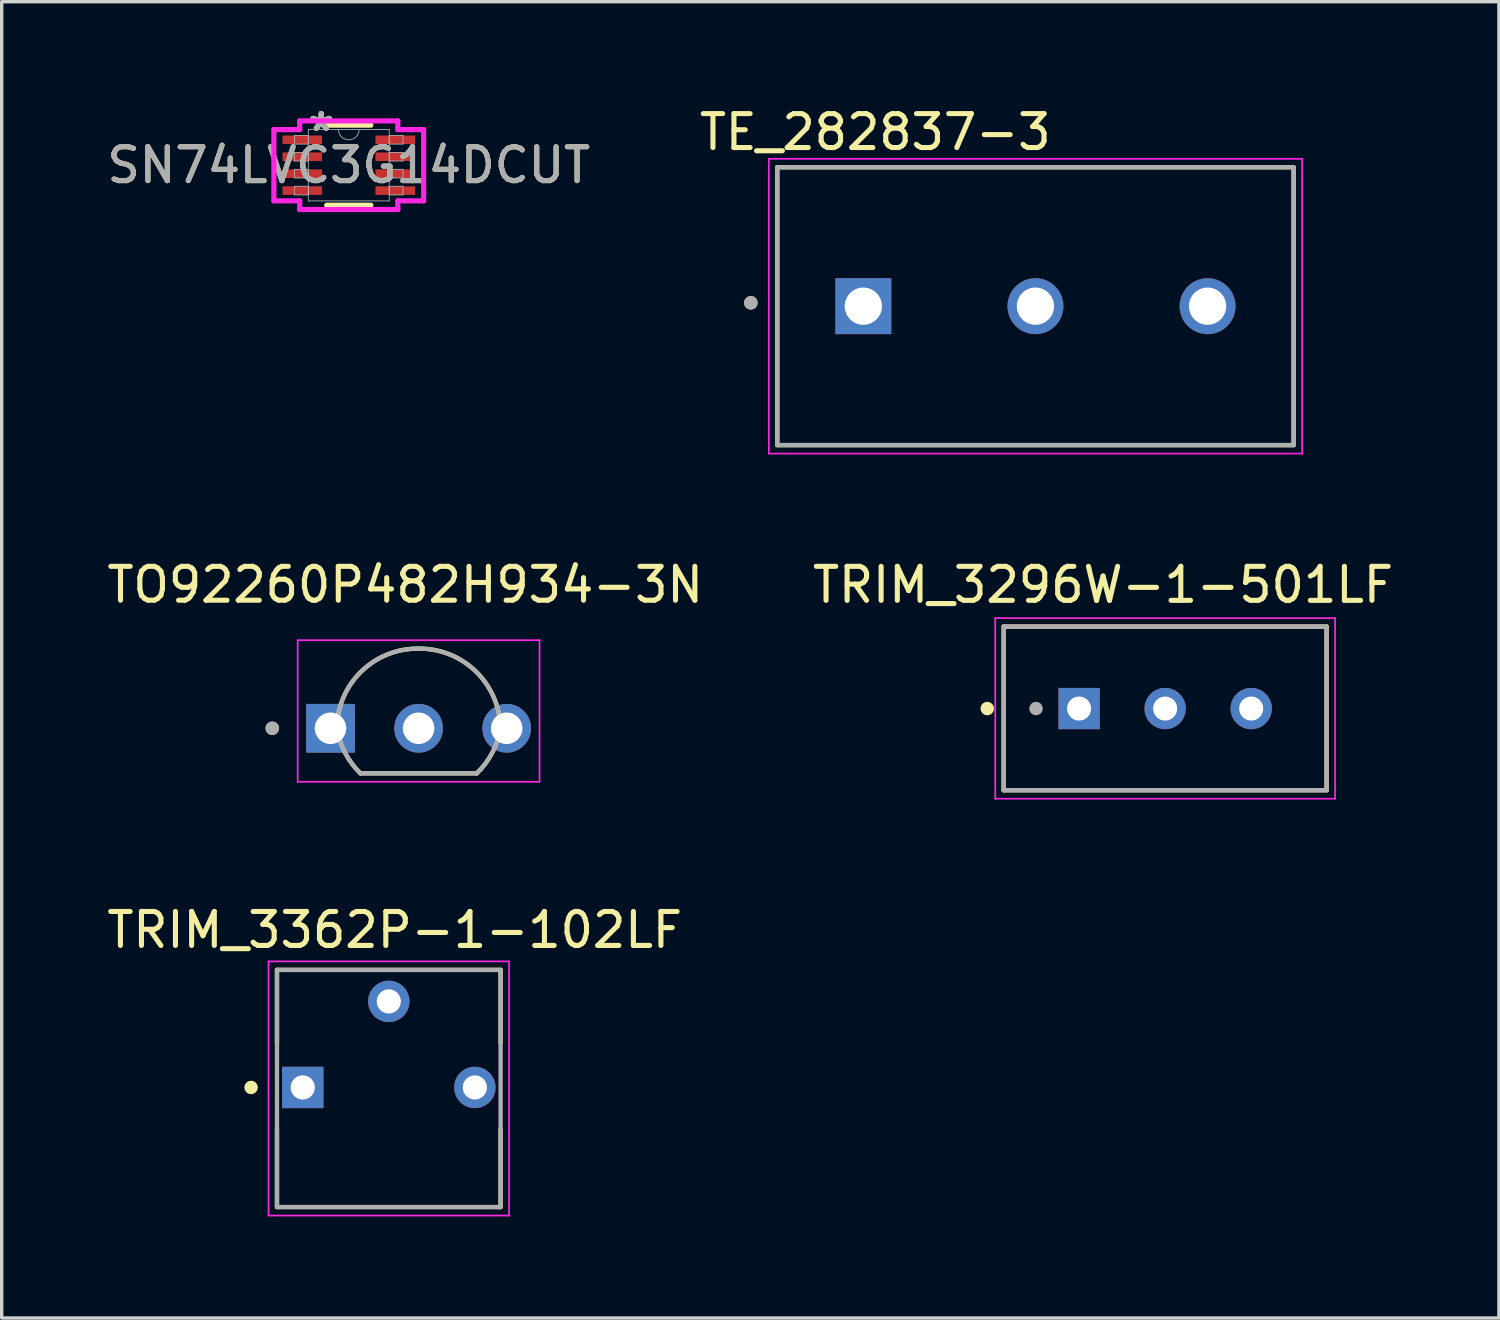
<source format=kicad_pcb>
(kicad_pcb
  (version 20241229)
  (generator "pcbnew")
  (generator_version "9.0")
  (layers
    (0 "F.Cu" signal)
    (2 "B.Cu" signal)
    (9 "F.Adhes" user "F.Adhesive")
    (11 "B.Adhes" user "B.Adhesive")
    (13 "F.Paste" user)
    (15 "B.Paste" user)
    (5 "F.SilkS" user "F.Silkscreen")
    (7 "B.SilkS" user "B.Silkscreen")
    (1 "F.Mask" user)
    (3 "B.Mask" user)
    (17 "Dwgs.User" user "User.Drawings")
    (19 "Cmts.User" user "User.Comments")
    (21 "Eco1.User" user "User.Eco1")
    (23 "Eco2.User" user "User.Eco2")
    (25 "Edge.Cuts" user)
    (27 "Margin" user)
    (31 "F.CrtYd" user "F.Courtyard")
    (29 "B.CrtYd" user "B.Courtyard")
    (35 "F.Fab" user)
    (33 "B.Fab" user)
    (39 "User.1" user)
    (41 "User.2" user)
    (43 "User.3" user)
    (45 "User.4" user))
  (footprint "SN74LVC3G14DCUT"
    (layer "F.Cu")
    (at 7.244 1.826)
    (property "Reference" "SN74LVC3G14DCUT" (at 0 0 0) (unlocked yes) (layer "F.SilkS") (effects (font (size 1 1) (thickness 0.15))))
    (attr smd)
    (fp_line (start -0.652 1.181) (end 0.652 1.181) (stroke (width 0.152) (type solid)) (layer "F.SilkS"))
    (fp_line (start 0.652 -1.181) (end -0.652 -1.181) (stroke (width 0.152) (type solid)) (layer "F.SilkS"))
    (fp_line (start -2.21 -1.051) (end -1.448 -1.051) (stroke (width 0.152) (type solid)) (layer "F.CrtYd"))
    (fp_line (start -2.21 1.051) (end -2.21 -1.051) (stroke (width 0.152) (type solid)) (layer "F.CrtYd"))
    (fp_line (start -2.21 1.051) (end -1.448 1.051) (stroke (width 0.152) (type solid)) (layer "F.CrtYd"))
    (fp_line (start -1.448 -1.308) (end 1.448 -1.308) (stroke (width 0.152) (type solid)) (layer "F.CrtYd"))
    (fp_line (start -1.448 -1.051) (end -1.448 -1.308) (stroke (width 0.152) (type solid)) (layer "F.CrtYd"))
    (fp_line (start -1.448 1.308) (end -1.448 1.051) (stroke (width 0.152) (type solid)) (layer "F.CrtYd"))
    (fp_line (start 1.448 -1.308) (end 1.448 -1.051) (stroke (width 0.152) (type solid)) (layer "F.CrtYd"))
    (fp_line (start 1.448 1.051) (end 1.448 1.308) (stroke (width 0.152) (type solid)) (layer "F.CrtYd"))
    (fp_line (start 1.448 1.308) (end -1.448 1.308) (stroke (width 0.152) (type solid)) (layer "F.CrtYd"))
    (fp_line (start 2.21 -1.051) (end 1.448 -1.051) (stroke (width 0.152) (type solid)) (layer "F.CrtYd"))
    (fp_line (start 2.21 -1.051) (end 2.21 1.051) (stroke (width 0.152) (type solid)) (layer "F.CrtYd"))
    (fp_line (start 2.21 1.051) (end 1.448 1.051) (stroke (width 0.152) (type solid)) (layer "F.CrtYd"))
    (fp_line (start -1.6 -0.877) (end -1.6 -0.623) (stroke (width 0.025) (type solid)) (layer "F.Fab"))
    (fp_line (start -1.6 -0.623) (end -1.194 -0.623) (stroke (width 0.025) (type solid)) (layer "F.Fab"))
    (fp_line (start -1.6 -0.377) (end -1.6 -0.123) (stroke (width 0.025) (type solid)) (layer "F.Fab"))
    (fp_line (start -1.6 -0.123) (end -1.194 -0.123) (stroke (width 0.025) (type solid)) (layer "F.Fab"))
    (fp_line (start -1.6 0.123) (end -1.6 0.377) (stroke (width 0.025) (type solid)) (layer "F.Fab"))
    (fp_line (start -1.6 0.377) (end -1.194 0.377) (stroke (width 0.025) (type solid)) (layer "F.Fab"))
    (fp_line (start -1.6 0.623) (end -1.6 0.877) (stroke (width 0.025) (type solid)) (layer "F.Fab"))
    (fp_line (start -1.6 0.877) (end -1.194 0.877) (stroke (width 0.025) (type solid)) (layer "F.Fab"))
    (fp_line (start -1.194 -1.054) (end -1.194 1.054) (stroke (width 0.025) (type solid)) (layer "F.Fab"))
    (fp_line (start -1.194 -0.877) (end -1.6 -0.877) (stroke (width 0.025) (type solid)) (layer "F.Fab"))
    (fp_line (start -1.194 -0.623) (end -1.194 -0.877) (stroke (width 0.025) (type solid)) (layer "F.Fab"))
    (fp_line (start -1.194 -0.377) (end -1.6 -0.377) (stroke (width 0.025) (type solid)) (layer "F.Fab"))
    (fp_line (start -1.194 -0.123) (end -1.194 -0.377) (stroke (width 0.025) (type solid)) (layer "F.Fab"))
    (fp_line (start -1.194 0.123) (end -1.6 0.123) (stroke (width 0.025) (type solid)) (layer "F.Fab"))
    (fp_line (start -1.194 0.377) (end -1.194 0.123) (stroke (width 0.025) (type solid)) (layer "F.Fab"))
    (fp_line (start -1.194 0.623) (end -1.6 0.623) (stroke (width 0.025) (type solid)) (layer "F.Fab"))
    (fp_line (start -1.194 0.877) (end -1.194 0.623) (stroke (width 0.025) (type solid)) (layer "F.Fab"))
    (fp_line (start -1.194 1.054) (end 1.194 1.054) (stroke (width 0.025) (type solid)) (layer "F.Fab"))
    (fp_line (start 1.194 -1.054) (end -1.194 -1.054) (stroke (width 0.025) (type solid)) (layer "F.Fab"))
    (fp_line (start 1.194 -0.877) (end 1.194 -0.623) (stroke (width 0.025) (type solid)) (layer "F.Fab"))
    (fp_line (start 1.194 -0.623) (end 1.6 -0.623) (stroke (width 0.025) (type solid)) (layer "F.Fab"))
    (fp_line (start 1.194 -0.377) (end 1.194 -0.123) (stroke (width 0.025) (type solid)) (layer "F.Fab"))
    (fp_line (start 1.194 -0.123) (end 1.6 -0.123) (stroke (width 0.025) (type solid)) (layer "F.Fab"))
    (fp_line (start 1.194 0.123) (end 1.194 0.377) (stroke (width 0.025) (type solid)) (layer "F.Fab"))
    (fp_line (start 1.194 0.377) (end 1.6 0.377) (stroke (width 0.025) (type solid)) (layer "F.Fab"))
    (fp_line (start 1.194 0.623) (end 1.194 0.877) (stroke (width 0.025) (type solid)) (layer "F.Fab"))
    (fp_line (start 1.194 0.877) (end 1.6 0.877) (stroke (width 0.025) (type solid)) (layer "F.Fab"))
    (fp_line (start 1.194 1.054) (end 1.194 -1.054) (stroke (width 0.025) (type solid)) (layer "F.Fab"))
    (fp_line (start 1.6 -0.877) (end 1.194 -0.877) (stroke (width 0.025) (type solid)) (layer "F.Fab"))
    (fp_line (start 1.6 -0.623) (end 1.6 -0.877) (stroke (width 0.025) (type solid)) (layer "F.Fab"))
    (fp_line (start 1.6 -0.377) (end 1.194 -0.377) (stroke (width 0.025) (type solid)) (layer "F.Fab"))
    (fp_line (start 1.6 -0.123) (end 1.6 -0.377) (stroke (width 0.025) (type solid)) (layer "F.Fab"))
    (fp_line (start 1.6 0.123) (end 1.194 0.123) (stroke (width 0.025) (type solid)) (layer "F.Fab"))
    (fp_line (start 1.6 0.377) (end 1.6 0.123) (stroke (width 0.025) (type solid)) (layer "F.Fab"))
    (fp_line (start 1.6 0.623) (end 1.194 0.623) (stroke (width 0.025) (type solid)) (layer "F.Fab"))
    (fp_line (start 1.6 0.877) (end 1.6 0.623) (stroke (width 0.025) (type solid)) (layer "F.Fab"))
    (fp_arc (start 0.3048 -1.0541) (mid 0 -0.7493) (end -0.3048 -1.0541) (stroke (width 0.0254) (type solid)) (layer "F.Fab"))
    (fp_text user "*" (at -0.813 -0.978 0) (unlocked yes) (layer "F.SilkS") (effects (font (size 1 1) (thickness 0.15))))
    (fp_text user "*" (at -0.813 -0.978 0) (layer "F.SilkS") (effects (font (size 1 1) (thickness 0.15))))
    (fp_text user "*" (at -0.813 -0.978 0) (unlocked yes) (layer "F.Fab") (effects (font (size 1 1) (thickness 0.15))))
    (fp_text user "*" (at -0.813 -0.978 0) (layer "F.Fab") (effects (font (size 1 1) (thickness 0.15))))
    (fp_text user "${REFERENCE}" (at 0 0 0) (unlocked yes) (layer "F.Fab") (effects (font (size 1 1) (thickness 0.15))))
    (pad "1" smd rect (at -1.372 -0.75) (size 1.168 0.254) (layers "F.Cu" "F.Mask" "F.Paste"))
    (pad "2" smd rect (at -1.372 -0.25) (size 1.168 0.254) (layers "F.Cu" "F.Mask" "F.Paste"))
    (pad "3" smd rect (at -1.372 0.25) (size 1.168 0.254) (layers "F.Cu" "F.Mask" "F.Paste"))
    (pad "4" smd rect (at -1.372 0.75) (size 1.168 0.254) (layers "F.Cu" "F.Mask" "F.Paste"))
    (pad "5" smd rect (at 1.372 0.75) (size 1.168 0.254) (layers "F.Cu" "F.Mask" "F.Paste"))
    (pad "6" smd rect (at 1.372 0.25) (size 1.168 0.254) (layers "F.Cu" "F.Mask" "F.Paste"))
    (pad "7" smd rect (at 1.372 -0.25) (size 1.168 0.254) (layers "F.Cu" "F.Mask" "F.Paste"))
    (pad "8" smd rect (at 1.372 -0.75) (size 1.168 0.254) (layers "F.Cu" "F.Mask" "F.Paste")))
  (footprint "TRIM_3362P-1-102LF"
    (layer "F.Cu")
    (at 8.425 29.046)
    (property "Reference" "TRIM_3362P-1-102LF" (at 0.175 -4.648 0) (layer "F.SilkS") (effects (font (size 1.003 1.003) (thickness 0.15))))
    (attr through_hole)
    (fp_line (start -3.3 -3.47) (end 3.3 -3.47) (stroke (width 0.127) (type solid)) (layer "F.SilkS"))
    (fp_line (start -3.3 -1.305) (end -3.3 -3.47) (stroke (width 0.127) (type solid)) (layer "F.SilkS"))
    (fp_line (start -3.3 3.52) (end -3.3 1.235) (stroke (width 0.127) (type solid)) (layer "F.SilkS"))
    (fp_line (start 3.3 -3.47) (end 3.3 -1.305) (stroke (width 0.127) (type solid)) (layer "F.SilkS"))
    (fp_line (start 3.3 1.235) (end 3.3 3.52) (stroke (width 0.127) (type solid)) (layer "F.SilkS"))
    (fp_line (start 3.3 3.53) (end -3.3 3.53) (stroke (width 0.127) (type solid)) (layer "F.SilkS"))
    (fp_circle (center -4.064 0) (end -3.964 0) (stroke (width 0.2) (type solid)) (fill no) (layer "F.SilkS"))
    (fp_line (start -3.55 -3.72) (end 3.55 -3.72) (stroke (width 0.05) (type solid)) (layer "F.CrtYd"))
    (fp_line (start -3.55 3.78) (end -3.55 -3.72) (stroke (width 0.05) (type solid)) (layer "F.CrtYd"))
    (fp_line (start 3.55 -3.72) (end 3.55 3.78) (stroke (width 0.05) (type solid)) (layer "F.CrtYd"))
    (fp_line (start 3.55 3.78) (end -3.55 3.78) (stroke (width 0.05) (type solid)) (layer "F.CrtYd"))
    (fp_line (start -3.3 -3.47) (end 3.3 -3.47) (stroke (width 0.127) (type solid)) (layer "F.Fab"))
    (fp_line (start -3.3 3.53) (end -3.3 -3.47) (stroke (width 0.127) (type solid)) (layer "F.Fab"))
    (fp_line (start 3.3 -3.47) (end 3.3 3.53) (stroke (width 0.127) (type solid)) (layer "F.Fab"))
    (fp_line (start 3.3 3.53) (end -3.3 3.53) (stroke (width 0.127) (type solid)) (layer "F.Fab"))
    (pad "1" thru_hole rect (at -2.54 0) (size 1.222 1.222) (drill 0.714) (layers "*.Cu" "*.Mask"))
    (pad "2" thru_hole circle (at 0 -2.54) (size 1.222 1.222) (drill 0.714) (layers "*.Cu" "*.Mask"))
    (pad "3" thru_hole circle (at 2.54 0) (size 1.222 1.222) (drill 0.714) (layers "*.Cu" "*.Mask")))
  (footprint "TO92260P482H934-3N"
    (layer "F.Cu")
    (at 9.305 18.445)
    (property "Reference" "TO92260P482H934-3N" (at -0.394 -4.235 0) (layer "F.SilkS") (effects (font (size 1 1) (thickness 0.15))))
    (attr through_hole)
    (fp_line (start -1.715 1.33) (end 1.715 1.33) (stroke (width 0.127) (type solid)) (layer "F.SilkS"))
    (fp_arc (start -2.4125 0) (mid -1.692951 -1.674645) (end 0 -2.35) (stroke (width 0.127) (type solid)) (layer "F.SilkS"))
    (fp_arc (start -1.715 1.33) (mid -2.171665 0.721594) (end -2.4125 0) (stroke (width 0.127) (type solid)) (layer "F.SilkS"))
    (fp_arc (start 0 -2.35) (mid 1.692951 -1.674645) (end 2.4125 0) (stroke (width 0.127) (type solid)) (layer "F.SilkS"))
    (fp_arc (start 2.4125 0) (mid 2.174186 0.722917) (end 1.715 1.33) (stroke (width 0.127) (type solid)) (layer "F.SilkS"))
    (fp_circle (center -4.319 0) (end -4.219 0) (stroke (width 0.2) (type solid)) (fill no) (layer "F.SilkS"))
    (fp_line (start -3.569 -2.6) (end -3.569 1.58) (stroke (width 0.05) (type solid)) (layer "F.CrtYd"))
    (fp_line (start -3.569 1.58) (end 3.569 1.58) (stroke (width 0.05) (type solid)) (layer "F.CrtYd"))
    (fp_line (start 3.569 -2.6) (end -3.569 -2.6) (stroke (width 0.05) (type solid)) (layer "F.CrtYd"))
    (fp_line (start 3.569 1.58) (end 3.569 -2.6) (stroke (width 0.05) (type solid)) (layer "F.CrtYd"))
    (fp_line (start -1.715 1.33) (end 1.715 1.33) (stroke (width 0.127) (type solid)) (layer "F.Fab"))
    (fp_arc (start -2.4125 0) (mid -1.692951 -1.674645) (end 0 -2.35) (stroke (width 0.127) (type solid)) (layer "F.Fab"))
    (fp_arc (start -1.715 1.33) (mid -2.171665 0.721594) (end -2.4125 0) (stroke (width 0.127) (type solid)) (layer "F.Fab"))
    (fp_arc (start 0 -2.35) (mid 1.692951 -1.674645) (end 2.4125 0) (stroke (width 0.127) (type solid)) (layer "F.Fab"))
    (fp_arc (start 2.4125 0) (mid 2.174186 0.722917) (end 1.715 1.33) (stroke (width 0.127) (type solid)) (layer "F.Fab"))
    (fp_circle (center -4.319 0) (end -4.219 0) (stroke (width 0.2) (type solid)) (fill no) (layer "F.Fab"))
    (pad "1" thru_hole rect (at -2.6 0) (size 1.438 1.438) (drill 0.93) (layers "*.Cu" "*.Mask"))
    (pad "2" thru_hole circle (at 0 0) (size 1.438 1.438) (drill 0.93) (layers "*.Cu" "*.Mask"))
    (pad "3" thru_hole circle (at 2.6 0) (size 1.438 1.438) (drill 0.93) (layers "*.Cu" "*.Mask")))
  (footprint "TRIM_3296W-1-501LF"
    (layer "F.Cu")
    (at 31.339 17.863)
    (property "Reference" "TRIM_3296W-1-501LF" (at -1.833 -3.651 0) (layer "F.SilkS") (effects (font (size 1.004 1.004) (thickness 0.15))))
    (attr through_hole)
    (fp_line (start -4.765 -2.42) (end 4.765 -2.42) (stroke (width 0.127) (type solid)) (layer "F.SilkS"))
    (fp_line (start -4.765 2.41) (end -4.765 -2.42) (stroke (width 0.127) (type solid)) (layer "F.SilkS"))
    (fp_line (start 4.765 -2.42) (end 4.765 2.41) (stroke (width 0.127) (type solid)) (layer "F.SilkS"))
    (fp_line (start 4.765 2.41) (end -4.765 2.41) (stroke (width 0.127) (type solid)) (layer "F.SilkS"))
    (fp_circle (center -5.25 0) (end -5.15 0) (stroke (width 0.2) (type solid)) (fill no) (layer "F.SilkS"))
    (fp_line (start -5.015 -2.67) (end 5.015 -2.67) (stroke (width 0.05) (type solid)) (layer "F.CrtYd"))
    (fp_line (start -5.015 2.66) (end -5.015 -2.67) (stroke (width 0.05) (type solid)) (layer "F.CrtYd"))
    (fp_line (start 5.015 -2.67) (end 5.015 2.66) (stroke (width 0.05) (type solid)) (layer "F.CrtYd"))
    (fp_line (start 5.015 2.66) (end -5.015 2.66) (stroke (width 0.05) (type solid)) (layer "F.CrtYd"))
    (fp_line (start -4.765 -2.42) (end 4.765 -2.42) (stroke (width 0.127) (type solid)) (layer "F.Fab"))
    (fp_line (start -4.765 2.41) (end -4.765 -2.42) (stroke (width 0.127) (type solid)) (layer "F.Fab"))
    (fp_line (start 4.765 -2.42) (end 4.765 2.41) (stroke (width 0.127) (type solid)) (layer "F.Fab"))
    (fp_line (start 4.765 2.41) (end -4.765 2.41) (stroke (width 0.127) (type solid)) (layer "F.Fab"))
    (fp_circle (center -3.81 0) (end -3.71 0) (stroke (width 0.2) (type solid)) (fill no) (layer "F.Fab"))
    (pad "1" thru_hole rect (at -2.54 0) (size 1.218 1.218) (drill 0.71) (layers "*.Cu" "*.Mask"))
    (pad "2" thru_hole circle (at 0 0) (size 1.218 1.218) (drill 0.71) (layers "*.Cu" "*.Mask"))
    (pad "3" thru_hole circle (at 2.54 0) (size 1.218 1.218) (drill 0.71) (layers "*.Cu" "*.Mask")))
  (footprint "TE_282837-3"
    (layer "F.Cu")
    (at 27.511 5.987)
    (property "Reference" "TE_282837-3" (at -4.728 -5.138 0) (layer "F.SilkS") (effects (font (size 1.001 1.001) (thickness 0.15))))
    (attr through_hole)
    (fp_line (start -7.62 -4.1) (end 7.62 -4.1) (stroke (width 0.127) (type solid)) (layer "F.SilkS"))
    (fp_line (start -7.62 4.1) (end -7.62 -4.1) (stroke (width 0.127) (type solid)) (layer "F.SilkS"))
    (fp_line (start 7.62 -4.1) (end 7.62 4.1) (stroke (width 0.127) (type solid)) (layer "F.SilkS"))
    (fp_line (start 7.62 4.1) (end -7.62 4.1) (stroke (width 0.127) (type solid)) (layer "F.SilkS"))
    (fp_circle (center -8.4 -0.1) (end -8.3 -0.1) (stroke (width 0.2) (type solid)) (fill no) (layer "F.SilkS"))
    (fp_line (start -7.87 -4.35) (end 7.87 -4.35) (stroke (width 0.05) (type solid)) (layer "F.CrtYd"))
    (fp_line (start -7.87 4.35) (end -7.87 -4.35) (stroke (width 0.05) (type solid)) (layer "F.CrtYd"))
    (fp_line (start 7.87 -4.35) (end 7.87 4.35) (stroke (width 0.05) (type solid)) (layer "F.CrtYd"))
    (fp_line (start 7.87 4.35) (end -7.87 4.35) (stroke (width 0.05) (type solid)) (layer "F.CrtYd"))
    (fp_line (start -7.62 -4.1) (end 7.62 -4.1) (stroke (width 0.127) (type solid)) (layer "F.Fab"))
    (fp_line (start -7.62 4.1) (end -7.62 -4.1) (stroke (width 0.127) (type solid)) (layer "F.Fab"))
    (fp_line (start 7.62 -4.1) (end 7.62 4.1) (stroke (width 0.127) (type solid)) (layer "F.Fab"))
    (fp_line (start 7.62 4.1) (end -7.62 4.1) (stroke (width 0.127) (type solid)) (layer "F.Fab"))
    (fp_circle (center -8.4 -0.1) (end -8.3 -0.1) (stroke (width 0.2) (type solid)) (fill no) (layer "F.Fab"))
    (pad "1" thru_hole rect (at -5.08 0) (size 1.65 1.65) (drill 1.1) (layers "*.Cu" "*.Mask"))
    (pad "2" thru_hole circle (at 0 0) (size 1.65 1.65) (drill 1.1) (layers "*.Cu" "*.Mask"))
    (pad "3" thru_hole circle (at 5.08 0) (size 1.65 1.65) (drill 1.1) (layers "*.Cu" "*.Mask")))
  (gr_rect
    (start -3 -3)
    (end 41.191 35.851)
    (stroke (width 0.1) (type default))
    (fill no)
    (layer "Edge.Cuts")))
</source>
